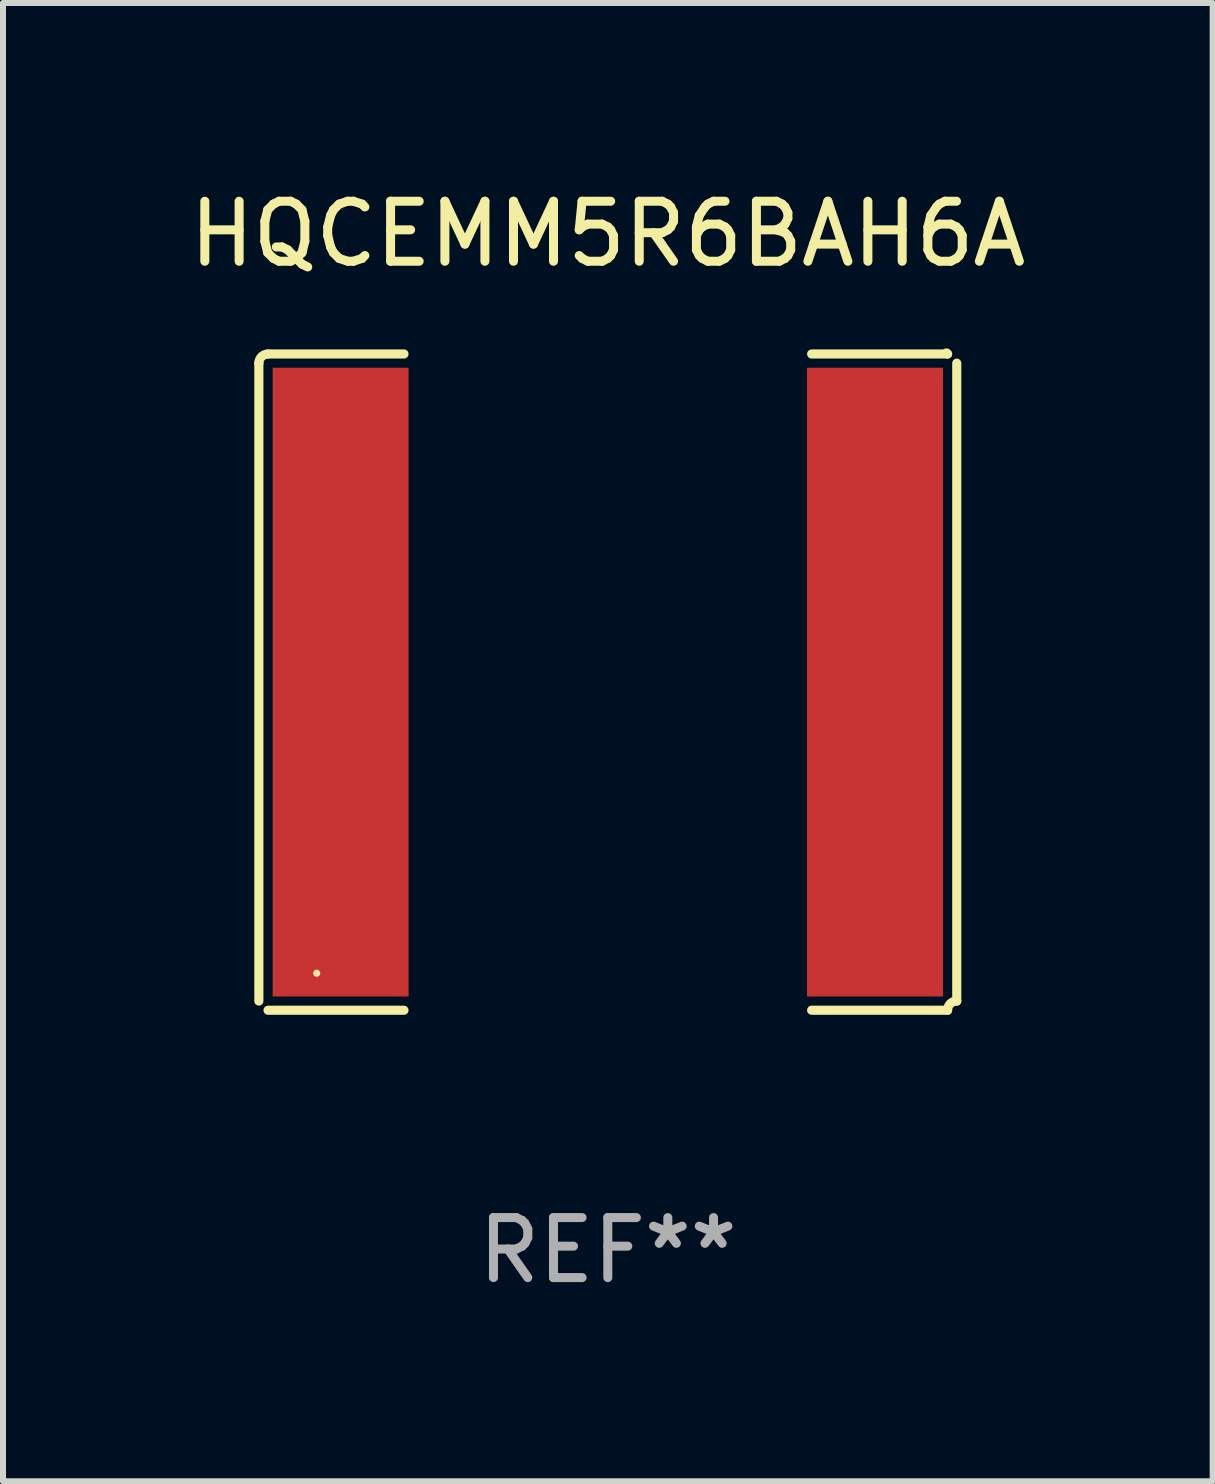
<source format=kicad_pcb>
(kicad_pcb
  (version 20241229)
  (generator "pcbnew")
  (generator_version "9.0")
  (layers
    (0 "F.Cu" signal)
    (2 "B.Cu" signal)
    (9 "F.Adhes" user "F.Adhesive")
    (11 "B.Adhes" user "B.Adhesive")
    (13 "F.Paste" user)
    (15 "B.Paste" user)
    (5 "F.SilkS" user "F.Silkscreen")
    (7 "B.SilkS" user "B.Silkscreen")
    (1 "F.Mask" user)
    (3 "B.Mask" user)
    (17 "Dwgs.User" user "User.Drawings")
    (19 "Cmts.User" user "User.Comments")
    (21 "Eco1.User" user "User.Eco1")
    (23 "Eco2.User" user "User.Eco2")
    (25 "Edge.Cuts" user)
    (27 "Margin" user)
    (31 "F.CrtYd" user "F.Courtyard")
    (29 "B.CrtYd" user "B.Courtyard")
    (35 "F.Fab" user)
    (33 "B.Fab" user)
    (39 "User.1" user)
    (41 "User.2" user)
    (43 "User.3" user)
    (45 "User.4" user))
  (footprint "HQCEMM5R6BAH6A"
    (layer "F.Cu")
    (at 7.077 8.315)
    (property "Reference" "HQCEMM5R6BAH6A" (at 0 -7.467 0) (layer "F.SilkS") (effects (font (size 1 1) (thickness 0.15))))
    (attr through_hole)
    (fp_line (start -5.814 -5.314) (end -5.814 5.314) (stroke (width 0.152) (type solid)) (layer "F.SilkS"))
    (fp_line (start -5.661 5.467) (end -3.396 5.467) (stroke (width 0.152) (type solid)) (layer "F.SilkS"))
    (fp_line (start -3.396 -5.467) (end -5.661 -5.467) (stroke (width 0.152) (type solid)) (layer "F.SilkS"))
    (fp_line (start 3.396 -5.467) (end 5.661 -5.467) (stroke (width 0.152) (type solid)) (layer "F.SilkS"))
    (fp_line (start 5.661 5.467) (end 3.396 5.467) (stroke (width 0.152) (type solid)) (layer "F.SilkS"))
    (fp_line (start 5.814 -5.314) (end 5.814 5.314) (stroke (width 0.152) (type solid)) (layer "F.SilkS"))
    (fp_arc (start -5.813599 -5.314201) (mid -5.768962 -5.421963) (end -5.661199 -5.466599) (stroke (width 0.1524) (type solid)) (layer "F.SilkS"))
    (fp_arc (start -5.813599 5.314201) (mid -5.804682 5.323116) (end -5.795765 5.332031) (stroke (width 0.1524) (type solid)) (layer "F.SilkS"))
    (fp_arc (start 5.661199 -5.466599) (mid 5.652283 -5.475515) (end 5.643366 -5.48443) (stroke (width 0.1524) (type solid)) (layer "F.SilkS"))
    (fp_arc (start 5.661199 5.466599) (mid 5.705836 5.358837) (end 5.813599 5.314201) (stroke (width 0.1524) (type solid)) (layer "F.SilkS"))
    (fp_circle (center -4.85 4.85) (end -4.82 4.85) (stroke (width 0.06) (type solid)) (fill no) (layer "F.SilkS"))
    (fp_text user "REF**" (at 0 9.467 0) (layer "F.Fab") (effects (font (size 1 1) (thickness 0.15))))
    (pad "1" smd rect (at -4.452 0) (size 2.265 10.476) (layers "F.Cu" "F.Mask" "F.Paste"))
    (pad "2" smd rect (at 4.452 0) (size 2.265 10.476) (layers "F.Cu" "F.Mask" "F.Paste")))
  (gr_rect
    (start -3 -3)
    (end 17.155 21.63)
    (stroke (width 0.1) (type default))
    (fill no)
    (layer "Edge.Cuts")))
</source>
